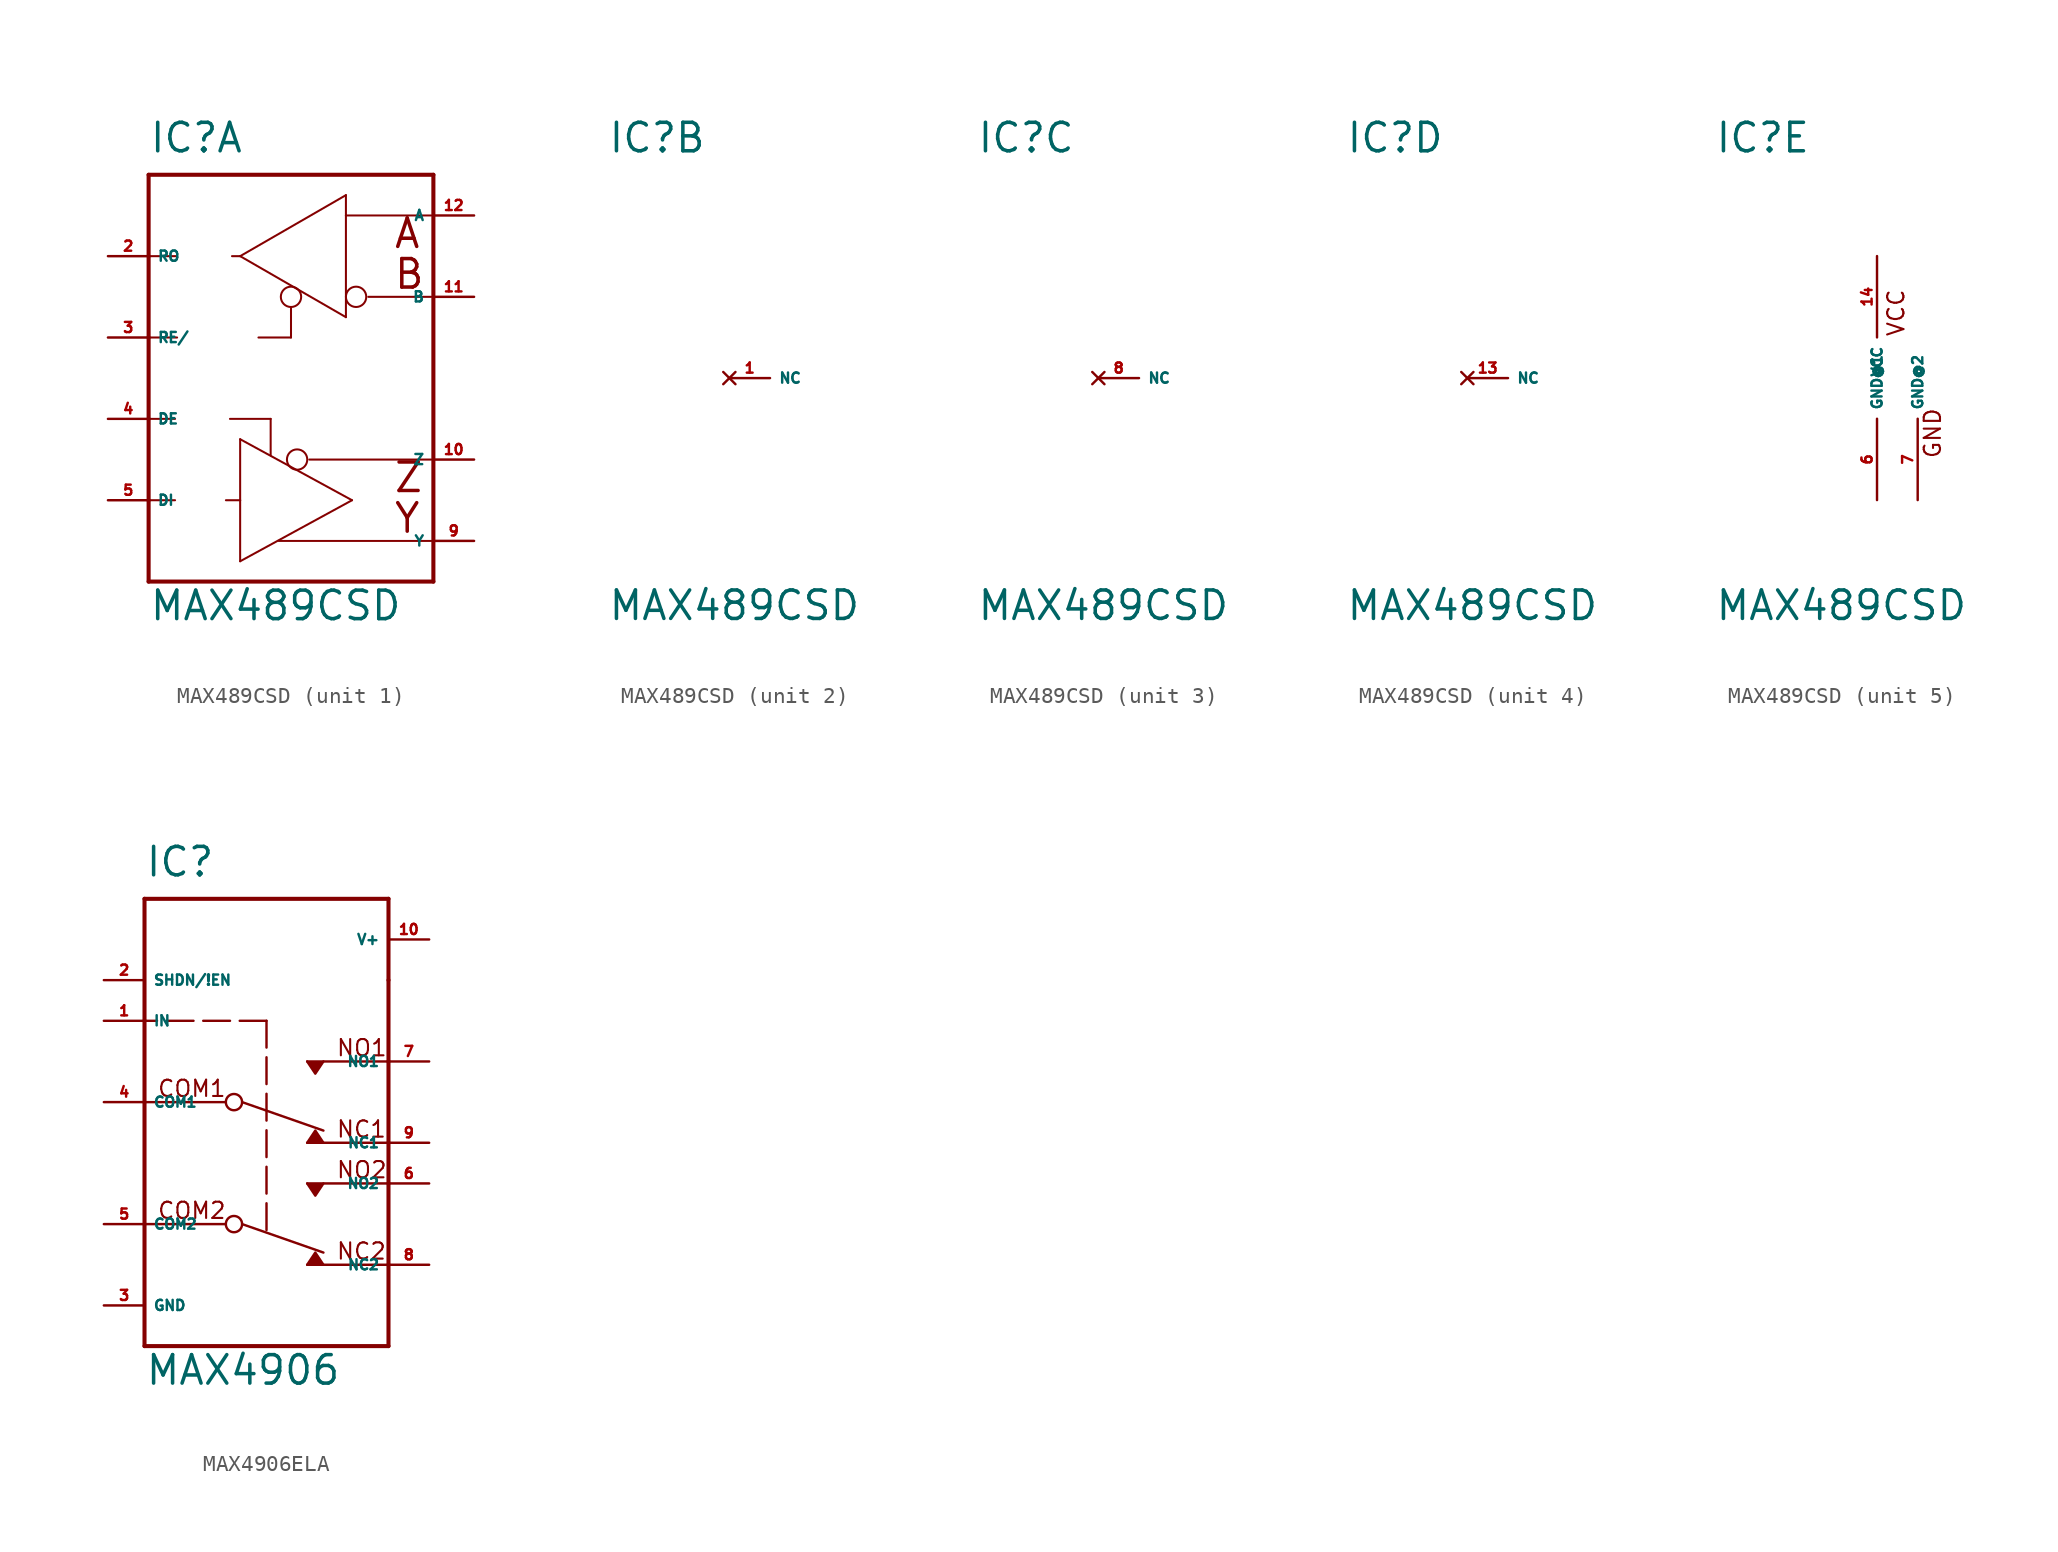
<source format=kicad_sym>
(kicad_symbol_lib
  (version 20220914)
  (generator Eagle2Kicad)
  (symbol "MAX489CSD"
    (property "Reference" "IC"
      (at -10.16 13.97 0)
      (effects (font (size 1.778 1.778) (thickness 0.22)) (justify left bottom)))
    (property "Value" "MAX489CSD"
      (at -10.16 -15.24 0)
      (effects (font (size 1.778 1.778) (thickness 0.22)) (justify left bottom)))
    (symbol "MAX489CSD_1_0"
      (polyline (pts (xy -10.16 12.7) (xy 7.62 12.7)) (stroke (width 0.254) (type default)) (fill (type none)))
      (polyline (pts (xy 7.62 12.7) (xy 7.62 -12.7)) (stroke (width 0.254) (type default)) (fill (type none)))
      (polyline (pts (xy 7.62 -12.7) (xy -10.16 -12.7)) (stroke (width 0.254) (type default)) (fill (type none)))
      (polyline (pts (xy -10.16 -12.7) (xy -10.16 -7.62)) (stroke (width 0.254) (type default)) (fill (type none)))
      (polyline (pts (xy -10.16 -7.62) (xy -10.16 -2.54)) (stroke (width 0.254) (type default)) (fill (type none)))
      (polyline (pts (xy -10.16 -2.54) (xy -10.16 2.54)) (stroke (width 0.254) (type default)) (fill (type none)))
      (polyline (pts (xy -10.16 2.54) (xy -10.16 7.62)) (stroke (width 0.254) (type default)) (fill (type none)))
      (polyline (pts (xy -10.16 7.62) (xy -10.16 12.7)) (stroke (width 0.254) (type default)) (fill (type none)))
      (polyline (pts (xy 2.159 11.43) (xy 2.159 10.16)) (stroke (width 0.127) (type default)) (fill (type none)))
      (polyline (pts (xy 2.159 10.16) (xy 2.159 3.81)) (stroke (width 0.127) (type default)) (fill (type none)))
      (polyline (pts (xy 2.159 3.81) (xy -4.445 7.62)) (stroke (width 0.127) (type default)) (fill (type none)))
      (polyline (pts (xy -4.445 7.62) (xy 2.159 11.43)) (stroke (width 0.127) (type default)) (fill (type none)))
      (polyline (pts (xy -4.445 -11.43) (xy -4.445 -7.62)) (stroke (width 0.127) (type default)) (fill (type none)))
      (polyline (pts (xy -4.445 -7.62) (xy -4.445 -3.81)) (stroke (width 0.127) (type default)) (fill (type none)))
      (polyline (pts (xy -4.445 -3.81) (xy 2.54 -7.62)) (stroke (width 0.127) (type default)) (fill (type none)))
      (polyline (pts (xy 2.54 -7.62) (xy -4.445 -11.43)) (stroke (width 0.127) (type default)) (fill (type none)))
      (polyline (pts (xy -3.302 2.54) (xy -1.27 2.54)) (stroke (width 0.127) (type default)) (fill (type none)))
      (polyline (pts (xy -1.27 2.54) (xy -1.27 4.445)) (stroke (width 0.127) (type default)) (fill (type none)))
      (polyline (pts (xy -5.08 -2.54) (xy -2.54 -2.54)) (stroke (width 0.127) (type default)) (fill (type none)))
      (polyline (pts (xy -2.54 -2.54) (xy -2.54 -4.826)) (stroke (width 0.127) (type default)) (fill (type none)))
      (polyline (pts (xy 2.159 10.16) (xy 7.493 10.16)) (stroke (width 0.127) (type default)) (fill (type none)))
      (polyline (pts (xy 7.493 5.08) (xy 3.556 5.08)) (stroke (width 0.127) (type default)) (fill (type none)))
      (polyline (pts (xy -10.16 7.62) (xy -8.382 7.62)) (stroke (width 0.127) (type default)) (fill (type none)))
      (polyline (pts (xy -4.953 7.62) (xy -4.445 7.62)) (stroke (width 0.127) (type default)) (fill (type none)))
      (polyline (pts (xy -10.16 2.54) (xy -8.382 2.54)) (stroke (width 0.127) (type default)) (fill (type none)))
      (polyline (pts (xy -10.16 -7.62) (xy -8.509 -7.62)) (stroke (width 0.127) (type default)) (fill (type none)))
      (polyline (pts (xy -5.334 -7.62) (xy -4.445 -7.62)) (stroke (width 0.127) (type default)) (fill (type none)))
      (polyline (pts (xy -10.16 -2.54) (xy -8.509 -2.54)) (stroke (width 0.127) (type default)) (fill (type none)))
      (polyline (pts (xy -2.032 -10.16) (xy 7.493 -10.16)) (stroke (width 0.127) (type default)) (fill (type none)))
      (polyline (pts (xy -0.127 -5.08) (xy 7.493 -5.08)) (stroke (width 0.127) (type default)) (fill (type none)))
      (text "A" (at 5.08 8.001 0) (effects (font (size 1.778 1.778) (thickness 0.22)) (justify left bottom)))
      (text "B" (at 5.08 5.461 0) (effects (font (size 1.778 1.778) (thickness 0.22)) (justify left bottom)))
      (text "Z" (at 5.08 -7.239 0) (effects (font (size 1.778 1.778) (thickness 0.22)) (justify left bottom)))
      (text "Y" (at 5.08 -9.779 0) (effects (font (size 1.778 1.778) (thickness 0.22)) (justify left bottom)))
      (circle (center -1.27 5.08) (radius 0.635) (stroke (width 0.127) (type default)) (fill (type none)))
      (circle (center 2.794 5.08) (radius 0.635) (stroke (width 0.127) (type default)) (fill (type none)))
      (circle (center -0.889 -5.08) (radius 0.635) (stroke (width 0.127) (type default)) (fill (type none)))
      (pin output line (at -12.7 7.62 0) (length 2.54) (name "RO" (effects (font (size 0.635 0.635) (thickness 0.08)) (justify left bottom))) (number "2" (effects (font (size 0.635 0.635) (thickness 0.08)) (justify left bottom))))
      (pin input line (at -12.7 2.54 0) (length 2.54) (name "RE/" (effects (font (size 0.635 0.635) (thickness 0.08)) (justify left bottom))) (number "3" (effects (font (size 0.635 0.635) (thickness 0.08)) (justify left bottom))))
      (pin input line (at -12.7 -2.54 0) (length 2.54) (name "DE" (effects (font (size 0.635 0.635) (thickness 0.08)) (justify left bottom))) (number "4" (effects (font (size 0.635 0.635) (thickness 0.08)) (justify left bottom))))
      (pin input line (at -12.7 -7.62 0) (length 2.54) (name "DI" (effects (font (size 0.635 0.635) (thickness 0.08)) (justify left bottom))) (number "5" (effects (font (size 0.635 0.635) (thickness 0.08)) (justify left bottom))))
      (pin passive line (at 10.16 10.16 180) (length 2.54) (name "A" (effects (font (size 0.635 0.635) (thickness 0.08)) (justify left bottom))) (number "12" (effects (font (size 0.635 0.635) (thickness 0.08)) (justify left bottom))))
      (pin passive line (at 10.16 5.08 180) (length 2.54) (name "B" (effects (font (size 0.635 0.635) (thickness 0.08)) (justify left bottom))) (number "11" (effects (font (size 0.635 0.635) (thickness 0.08)) (justify left bottom))))
      (pin passive line (at 10.16 -5.08 180) (length 2.54) (name "Z" (effects (font (size 0.635 0.635) (thickness 0.08)) (justify left bottom))) (number "10" (effects (font (size 0.635 0.635) (thickness 0.08)) (justify left bottom))))
      (pin passive line (at 10.16 -10.16 180) (length 2.54) (name "Y" (effects (font (size 0.635 0.635) (thickness 0.08)) (justify left bottom))) (number "9" (effects (font (size 0.635 0.635) (thickness 0.08)) (justify left bottom)))))
    (symbol "MAX489CSD_2_0"
      (pin no_connect line (at -2.54 0 0) (length 2.54) (name "NC" (effects (font (size 0.635 0.635) (thickness 0.08)) (justify left bottom) hide)) (number "1" (effects (font (size 0.635 0.635) (thickness 0.08)) (justify left bottom) hide))))
    (symbol "MAX489CSD_3_0"
      (pin no_connect line (at -2.54 0 0) (length 2.54) (name "NC" (effects (font (size 0.635 0.635) (thickness 0.08)) (justify left bottom) hide)) (number "8" (effects (font (size 0.635 0.635) (thickness 0.08)) (justify left bottom) hide))))
    (symbol "MAX489CSD_4_0"
      (pin no_connect line (at -2.54 0 0) (length 2.54) (name "NC" (effects (font (size 0.635 0.635) (thickness 0.08)) (justify left bottom) hide)) (number "13" (effects (font (size 0.635 0.635) (thickness 0.08)) (justify left bottom) hide))))
    (symbol "MAX489CSD_5_0"
      (text "VCC" (at 1.778 2.54 900) (effects (font (size 1.016 1.016) (thickness 0.13)) (justify left bottom)))
      (text "GND" (at 4.064 -5.08 900) (effects (font (size 1.016 1.016) (thickness 0.13)) (justify left bottom)))
      (pin unspecified line (at 0 -7.62 90) (length 5.08) (name "GND@1" (effects (font (size 0.635 0.635) (thickness 0.08)) (justify left bottom))) (number "6" (effects (font (size 0.635 0.635) (thickness 0.08)) (justify left bottom))))
      (pin unspecified line (at 2.54 -7.62 90) (length 5.08) (name "GND@2" (effects (font (size 0.635 0.635) (thickness 0.08)) (justify left bottom))) (number "7" (effects (font (size 0.635 0.635) (thickness 0.08)) (justify left bottom))))
      (pin unspecified line (at 0 7.62 270) (length 5.08) (name "VCC" (effects (font (size 0.635 0.635) (thickness 0.08)) (justify left bottom))) (number "14" (effects (font (size 0.635 0.635) (thickness 0.08)) (justify left bottom))))))
  (symbol "MAX4906ELA"
    (property "Reference" "IC"
      (at -7.62 13.97 0)
      (effects (font (size 1.778 1.778) (thickness 0.22)) (justify left bottom)))
    (property "Value" "MAX4906"
      (at -7.62 -17.78 0)
      (effects (font (size 1.778 1.778) (thickness 0.22)) (justify left bottom)))
    (polyline
      (pts (xy 2.54 -2.54) (xy 3.048 -1.778) (xy 3.556 -2.54))
      (stroke (width 0.152) (type default))
      (fill (type outline)))
    (polyline
      (pts (xy 2.54 2.54) (xy 3.048 1.778) (xy 3.556 2.54))
      (stroke (width 0.152) (type default))
      (fill (type outline)))
    (polyline
      (pts (xy 2.54 -5.08) (xy 3.048 -5.842) (xy 3.556 -5.08))
      (stroke (width 0.152) (type default))
      (fill (type outline)))
    (polyline
      (pts (xy 2.54 -10.16) (xy 3.048 -9.398) (xy 3.556 -10.16))
      (stroke (width 0.152) (type default))
      (fill (type outline)))
    (polyline
      (pts (xy -1.524 0) (xy 3.556 -1.778))
      (stroke (width 0.152) (type default))
      (fill (type none)))
    (polyline
      (pts (xy 0 5.08) (xy 0 -8.128))
      (stroke (width 0.152) (type dash))
      (fill (type none)))
    (polyline
      (pts (xy -7.62 12.7) (xy 7.62 12.7))
      (stroke (width 0.254) (type default))
      (fill (type none)))
    (polyline
      (pts (xy 7.62 12.7) (xy 7.62 7.62))
      (stroke (width 0.254) (type default))
      (fill (type none)))
    (polyline
      (pts (xy 7.62 7.62) (xy 7.62 2.54))
      (stroke (width 0.254) (type default))
      (fill (type none)))
    (polyline
      (pts (xy 7.62 2.54) (xy 7.62 -2.54))
      (stroke (width 0.254) (type default))
      (fill (type none)))
    (polyline
      (pts (xy 7.62 -2.54) (xy 7.62 -5.08))
      (stroke (width 0.254) (type default))
      (fill (type none)))
    (polyline
      (pts (xy 7.62 -5.08) (xy 7.62 -10.16))
      (stroke (width 0.254) (type default))
      (fill (type none)))
    (polyline
      (pts (xy 7.62 -10.16) (xy 7.62 -15.24))
      (stroke (width 0.254) (type default))
      (fill (type none)))
    (polyline
      (pts (xy 7.62 -15.24) (xy -7.62 -15.24))
      (stroke (width 0.254) (type default))
      (fill (type none)))
    (polyline
      (pts (xy -7.62 -15.24) (xy -7.62 -7.62))
      (stroke (width 0.254) (type default))
      (fill (type none)))
    (polyline
      (pts (xy -7.62 -7.62) (xy -7.62 0))
      (stroke (width 0.254) (type default))
      (fill (type none)))
    (polyline
      (pts (xy -7.62 0) (xy -7.62 5.08))
      (stroke (width 0.254) (type default))
      (fill (type none)))
    (polyline
      (pts (xy -7.62 5.08) (xy -7.62 12.7))
      (stroke (width 0.254) (type default))
      (fill (type none)))
    (polyline
      (pts (xy 2.54 2.54) (xy 7.62 2.54))
      (stroke (width 0.152) (type default))
      (fill (type none)))
    (polyline
      (pts (xy 2.54 -2.54) (xy 7.62 -2.54))
      (stroke (width 0.152) (type default))
      (fill (type none)))
    (polyline
      (pts (xy 2.54 -5.08) (xy 7.62 -5.08))
      (stroke (width 0.152) (type default))
      (fill (type none)))
    (polyline
      (pts (xy 2.54 -10.16) (xy 7.62 -10.16))
      (stroke (width 0.152) (type default))
      (fill (type none)))
    (polyline
      (pts (xy -7.62 -7.62) (xy -2.54 -7.62))
      (stroke (width 0.152) (type default))
      (fill (type none)))
    (polyline
      (pts (xy -7.62 0) (xy -2.54 0))
      (stroke (width 0.152) (type default))
      (fill (type none)))
    (polyline
      (pts (xy -1.524 -7.62) (xy 3.556 -9.398))
      (stroke (width 0.152) (type default))
      (fill (type none)))
    (polyline
      (pts (xy 0 5.08) (xy -7.62 5.08))
      (stroke (width 0.152) (type dash))
      (fill (type none)))
    (text "COM1"
      (at -6.858 0.254 0)
      (effects (font (size 1.016 1.016) (thickness 0.13)) (justify left bottom)))
    (text "COM2"
      (at -6.858 -7.366 0)
      (effects (font (size 1.016 1.016) (thickness 0.13)) (justify left bottom)))
    (text "NO1"
      (at 4.318 2.794 0)
      (effects (font (size 1.016 1.016) (thickness 0.13)) (justify left bottom)))
    (text "NO2"
      (at 4.318 -4.826 0)
      (effects (font (size 1.016 1.016) (thickness 0.13)) (justify left bottom)))
    (text "NC1"
      (at 4.318 -2.286 0)
      (effects (font (size 1.016 1.016) (thickness 0.13)) (justify left bottom)))
    (text "NC2"
      (at 4.318 -9.906 0)
      (effects (font (size 1.016 1.016) (thickness 0.13)) (justify left bottom)))
    (circle
      (center -2.032 0)
      (radius 0.508)
      (stroke (width 0.152) (type default))
      (fill (type none)))
    (circle
      (center -2.032 -7.62)
      (radius 0.508)
      (stroke (width 0.152) (type default))
      (fill (type none)))
    (pin input line
      (at -10.16 7.62 0)
      (length 2.54)
      (name "SHDN/!EN" (effects (font (size 0.635 0.635) (thickness 0.08)) (justify left bottom)))
      (number "2" (effects (font (size 0.635 0.635) (thickness 0.08)) (justify left bottom))))
    (pin input line
      (at 10.16 10.16 180)
      (length 2.54)
      (name "V+" (effects (font (size 0.635 0.635) (thickness 0.08)) (justify left bottom)))
      (number "10" (effects (font (size 0.635 0.635) (thickness 0.08)) (justify left bottom))))
    (pin bidirectional line
      (at -10.16 0 0)
      (length 2.54)
      (name "COM1" (effects (font (size 0.635 0.635) (thickness 0.08)) (justify left bottom)))
      (number "4" (effects (font (size 0.635 0.635) (thickness 0.08)) (justify left bottom))))
    (pin bidirectional line
      (at 10.16 2.54 180)
      (length 2.54)
      (name "NO1" (effects (font (size 0.635 0.635) (thickness 0.08)) (justify left bottom)))
      (number "7" (effects (font (size 0.635 0.635) (thickness 0.08)) (justify left bottom))))
    (pin bidirectional line
      (at 10.16 -2.54 180)
      (length 2.54)
      (name "NC1" (effects (font (size 0.635 0.635) (thickness 0.08)) (justify left bottom)))
      (number "9" (effects (font (size 0.635 0.635) (thickness 0.08)) (justify left bottom))))
    (pin bidirectional line
      (at -10.16 -7.62 0)
      (length 2.54)
      (name "COM2" (effects (font (size 0.635 0.635) (thickness 0.08)) (justify left bottom)))
      (number "5" (effects (font (size 0.635 0.635) (thickness 0.08)) (justify left bottom))))
    (pin bidirectional line
      (at 10.16 -5.08 180)
      (length 2.54)
      (name "NO2" (effects (font (size 0.635 0.635) (thickness 0.08)) (justify left bottom)))
      (number "6" (effects (font (size 0.635 0.635) (thickness 0.08)) (justify left bottom))))
    (pin bidirectional line
      (at 10.16 -10.16 180)
      (length 2.54)
      (name "NC2" (effects (font (size 0.635 0.635) (thickness 0.08)) (justify left bottom)))
      (number "8" (effects (font (size 0.635 0.635) (thickness 0.08)) (justify left bottom))))
    (pin input line
      (at -10.16 5.08 0)
      (length 2.54)
      (name "IN" (effects (font (size 0.635 0.635) (thickness 0.08)) (justify left bottom)))
      (number "1" (effects (font (size 0.635 0.635) (thickness 0.08)) (justify left bottom))))
    (pin unspecified line
      (at -10.16 -12.7 0)
      (length 2.54)
      (name "GND" (effects (font (size 0.635 0.635) (thickness 0.08)) (justify left bottom)))
      (number "3" (effects (font (size 0.635 0.635) (thickness 0.08)) (justify left bottom))))))
</source>
